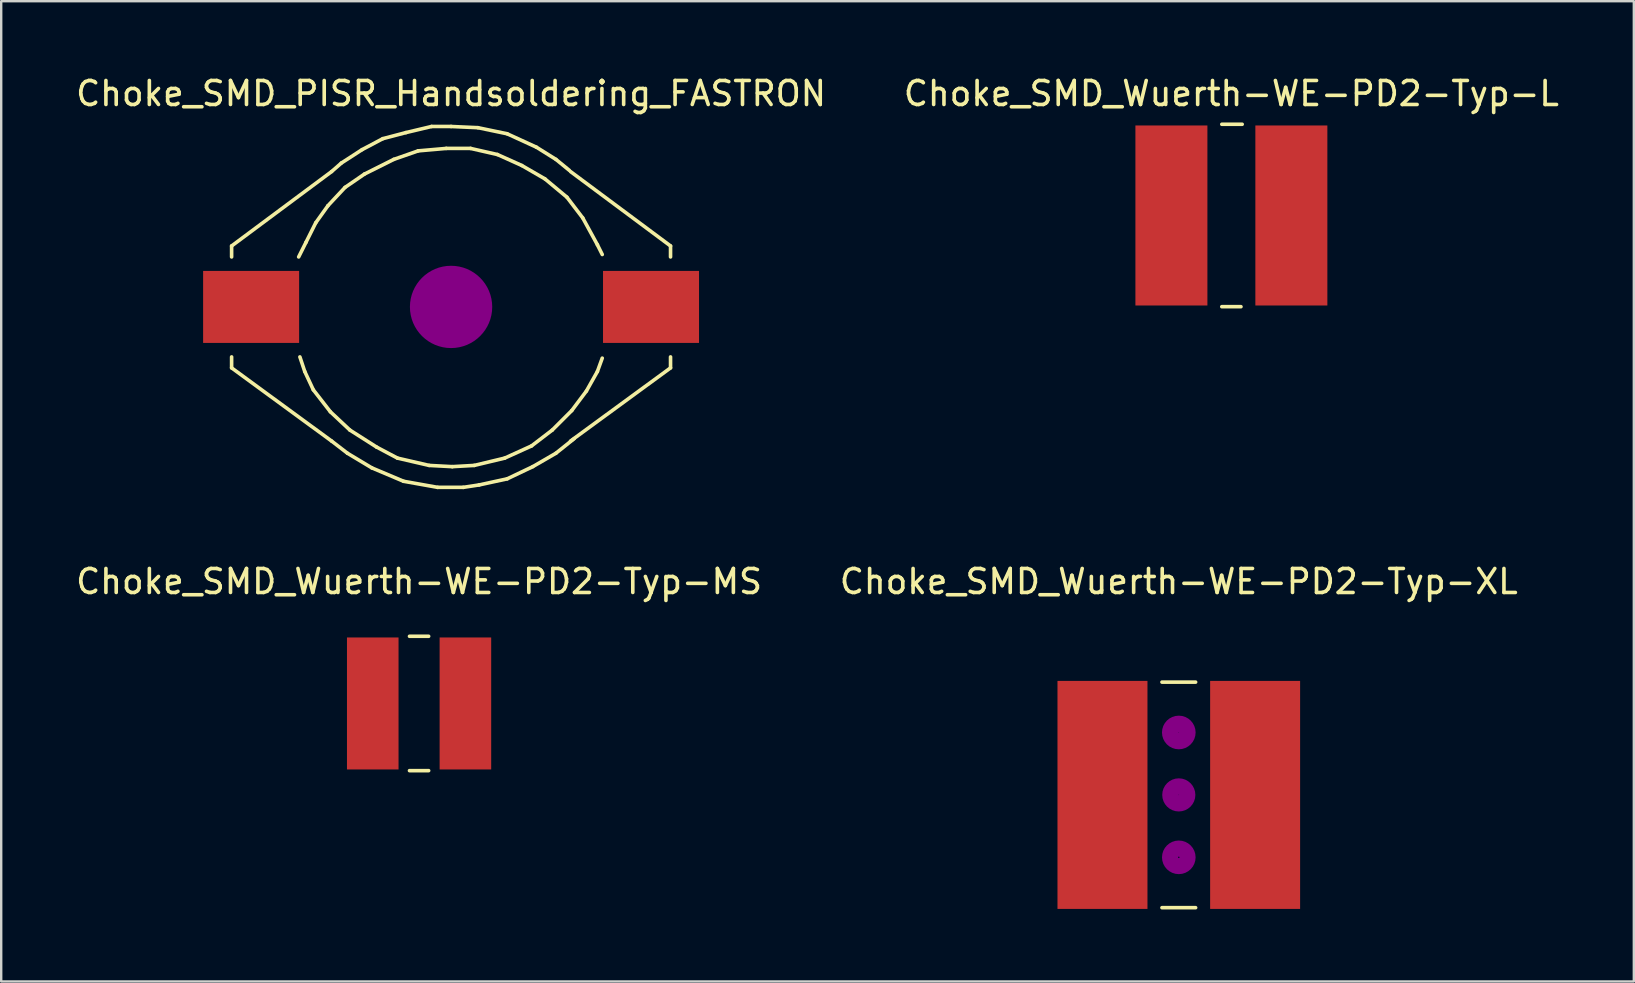
<source format=kicad_pcb>
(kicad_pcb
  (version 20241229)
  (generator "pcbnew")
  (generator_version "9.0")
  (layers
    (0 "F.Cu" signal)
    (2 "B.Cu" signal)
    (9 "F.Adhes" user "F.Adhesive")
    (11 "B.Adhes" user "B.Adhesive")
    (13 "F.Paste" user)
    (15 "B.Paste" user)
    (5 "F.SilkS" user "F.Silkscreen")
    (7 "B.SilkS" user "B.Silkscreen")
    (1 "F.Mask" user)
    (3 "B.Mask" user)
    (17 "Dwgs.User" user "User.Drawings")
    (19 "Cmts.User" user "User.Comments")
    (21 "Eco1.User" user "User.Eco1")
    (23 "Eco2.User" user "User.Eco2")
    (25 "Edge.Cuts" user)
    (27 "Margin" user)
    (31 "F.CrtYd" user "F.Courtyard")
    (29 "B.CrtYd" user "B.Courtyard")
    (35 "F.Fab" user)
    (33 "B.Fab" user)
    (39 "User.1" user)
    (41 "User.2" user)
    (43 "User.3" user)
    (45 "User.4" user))
  (footprint "Choke_SMD_Wuerth-WE-PD2-Typ-MS"
    (layer "F.Cu")
    (at 14.411 26.26)
    (property "Reference" "Choke_SMD_Wuerth-WE-PD2-Typ-MS" (at 0 -5.08 0) (layer "F.SilkS") (effects (font (size 1 1) (thickness 0.15))))
    (attr smd)
    (fp_line (start -0.399 -2.799) (end 0.399 -2.799) (stroke (width 0.15) (type solid)) (layer "F.SilkS"))
    (fp_line (start -0.399 2.799) (end 0.399 2.799) (stroke (width 0.15) (type solid)) (layer "F.SilkS"))
    (pad "1" smd rect (at -1.93 0) (size 2.149 5.499) (layers "F.Cu" "F.Mask" "F.Paste"))
    (pad "2" smd rect (at 1.93 0) (size 2.149 5.499) (layers "F.Cu" "F.Mask" "F.Paste")))
  (footprint "Choke_SMD_PISR_Handsoldering_FASTRON"
    (layer "F.Cu")
    (at 15.744 9.738)
    (property "Reference" "Choke_SMD_PISR_Handsoldering_FASTRON" (at 0 -8.89 0) (layer "F.SilkS") (effects (font (size 1 1) (thickness 0.15))))
    (attr smd)
    (fp_line (start -9.144 -2.54) (end -4.978 -5.639) (stroke (width 0.15) (type solid)) (layer "F.SilkS"))
    (fp_line (start -9.144 -2.083) (end -9.144 -2.54) (stroke (width 0.15) (type solid)) (layer "F.SilkS"))
    (fp_line (start -9.144 2.083) (end -9.144 2.54) (stroke (width 0.15) (type solid)) (layer "F.SilkS"))
    (fp_line (start -9.144 2.54) (end -4.978 5.588) (stroke (width 0.15) (type solid)) (layer "F.SilkS"))
    (fp_line (start -6.35 -2.083) (end -6.045 -2.692) (stroke (width 0.15) (type solid)) (layer "F.SilkS"))
    (fp_line (start -6.299 2.083) (end -6.096 2.692) (stroke (width 0.15) (type solid)) (layer "F.SilkS"))
    (fp_line (start -6.096 2.692) (end -5.74 3.454) (stroke (width 0.15) (type solid)) (layer "F.SilkS"))
    (fp_line (start -6.045 -2.692) (end -5.639 -3.505) (stroke (width 0.15) (type solid)) (layer "F.SilkS"))
    (fp_line (start -5.74 3.454) (end -5.029 4.369) (stroke (width 0.15) (type solid)) (layer "F.SilkS"))
    (fp_line (start -5.639 -3.505) (end -5.131 -4.216) (stroke (width 0.15) (type solid)) (layer "F.SilkS"))
    (fp_line (start -5.131 -4.216) (end -4.42 -4.978) (stroke (width 0.15) (type solid)) (layer "F.SilkS"))
    (fp_line (start -5.029 4.369) (end -4.216 5.131) (stroke (width 0.15) (type solid)) (layer "F.SilkS"))
    (fp_line (start -4.978 -5.639) (end -4.572 -5.994) (stroke (width 0.15) (type solid)) (layer "F.SilkS"))
    (fp_line (start -4.978 5.588) (end -4.318 6.096) (stroke (width 0.15) (type solid)) (layer "F.SilkS"))
    (fp_line (start -4.572 -5.994) (end -3.708 -6.553) (stroke (width 0.15) (type solid)) (layer "F.SilkS"))
    (fp_line (start -4.42 -4.978) (end -3.607 -5.537) (stroke (width 0.15) (type solid)) (layer "F.SilkS"))
    (fp_line (start -4.318 6.096) (end -3.302 6.706) (stroke (width 0.15) (type solid)) (layer "F.SilkS"))
    (fp_line (start -4.216 5.131) (end -3.099 5.842) (stroke (width 0.15) (type solid)) (layer "F.SilkS"))
    (fp_line (start -3.708 -6.553) (end -2.845 -7.01) (stroke (width 0.15) (type solid)) (layer "F.SilkS"))
    (fp_line (start -3.607 -5.537) (end -2.388 -6.147) (stroke (width 0.15) (type solid)) (layer "F.SilkS"))
    (fp_line (start -3.302 6.706) (end -1.981 7.264) (stroke (width 0.15) (type solid)) (layer "F.SilkS"))
    (fp_line (start -3.099 5.842) (end -2.235 6.299) (stroke (width 0.15) (type solid)) (layer "F.SilkS"))
    (fp_line (start -2.845 -7.01) (end -1.88 -7.264) (stroke (width 0.15) (type solid)) (layer "F.SilkS"))
    (fp_line (start -2.388 -6.147) (end -1.372 -6.502) (stroke (width 0.15) (type solid)) (layer "F.SilkS"))
    (fp_line (start -2.235 6.299) (end -0.914 6.604) (stroke (width 0.15) (type solid)) (layer "F.SilkS"))
    (fp_line (start -1.981 7.264) (end -0.559 7.518) (stroke (width 0.15) (type solid)) (layer "F.SilkS"))
    (fp_line (start -1.88 -7.264) (end -0.813 -7.518) (stroke (width 0.15) (type solid)) (layer "F.SilkS"))
    (fp_line (start -1.372 -6.502) (end -0.203 -6.604) (stroke (width 0.15) (type solid)) (layer "F.SilkS"))
    (fp_line (start -0.914 6.604) (end 0.051 6.655) (stroke (width 0.15) (type solid)) (layer "F.SilkS"))
    (fp_line (start -0.813 -7.518) (end 0 -7.518) (stroke (width 0.15) (type solid)) (layer "F.SilkS"))
    (fp_line (start -0.559 7.518) (end 0.508 7.518) (stroke (width 0.15) (type solid)) (layer "F.SilkS"))
    (fp_line (start -0.203 -6.604) (end 0.813 -6.604) (stroke (width 0.15) (type solid)) (layer "F.SilkS"))
    (fp_line (start 0 -7.518) (end 1.118 -7.468) (stroke (width 0.15) (type solid)) (layer "F.SilkS"))
    (fp_line (start 0.051 6.655) (end 0.965 6.604) (stroke (width 0.15) (type solid)) (layer "F.SilkS"))
    (fp_line (start 0.508 7.518) (end 1.168 7.417) (stroke (width 0.15) (type solid)) (layer "F.SilkS"))
    (fp_line (start 0.813 -6.604) (end 1.93 -6.35) (stroke (width 0.15) (type solid)) (layer "F.SilkS"))
    (fp_line (start 0.965 6.604) (end 2.235 6.299) (stroke (width 0.15) (type solid)) (layer "F.SilkS"))
    (fp_line (start 1.118 -7.468) (end 2.337 -7.214) (stroke (width 0.15) (type solid)) (layer "F.SilkS"))
    (fp_line (start 1.168 7.417) (end 2.337 7.163) (stroke (width 0.15) (type solid)) (layer "F.SilkS"))
    (fp_line (start 1.93 -6.35) (end 2.946 -5.893) (stroke (width 0.15) (type solid)) (layer "F.SilkS"))
    (fp_line (start 2.235 6.299) (end 3.353 5.791) (stroke (width 0.15) (type solid)) (layer "F.SilkS"))
    (fp_line (start 2.337 -7.214) (end 3.556 -6.655) (stroke (width 0.15) (type solid)) (layer "F.SilkS"))
    (fp_line (start 2.337 7.163) (end 3.404 6.655) (stroke (width 0.15) (type solid)) (layer "F.SilkS"))
    (fp_line (start 2.946 -5.893) (end 3.912 -5.334) (stroke (width 0.15) (type solid)) (layer "F.SilkS"))
    (fp_line (start 3.353 5.791) (end 4.216 5.131) (stroke (width 0.15) (type solid)) (layer "F.SilkS"))
    (fp_line (start 3.404 6.655) (end 4.369 6.096) (stroke (width 0.15) (type solid)) (layer "F.SilkS"))
    (fp_line (start 3.556 -6.655) (end 4.369 -6.147) (stroke (width 0.15) (type solid)) (layer "F.SilkS"))
    (fp_line (start 3.912 -5.334) (end 4.826 -4.572) (stroke (width 0.15) (type solid)) (layer "F.SilkS"))
    (fp_line (start 4.216 5.131) (end 5.029 4.318) (stroke (width 0.15) (type solid)) (layer "F.SilkS"))
    (fp_line (start 4.369 -6.147) (end 4.928 -5.69) (stroke (width 0.15) (type solid)) (layer "F.SilkS"))
    (fp_line (start 4.369 6.096) (end 5.131 5.486) (stroke (width 0.15) (type solid)) (layer "F.SilkS"))
    (fp_line (start 4.826 -4.572) (end 5.486 -3.708) (stroke (width 0.15) (type solid)) (layer "F.SilkS"))
    (fp_line (start 5.029 4.318) (end 5.639 3.505) (stroke (width 0.15) (type solid)) (layer "F.SilkS"))
    (fp_line (start 5.486 -3.708) (end 6.096 -2.591) (stroke (width 0.15) (type solid)) (layer "F.SilkS"))
    (fp_line (start 5.639 3.505) (end 6.096 2.692) (stroke (width 0.15) (type solid)) (layer "F.SilkS"))
    (fp_line (start 6.096 -2.591) (end 6.299 -2.184) (stroke (width 0.15) (type solid)) (layer "F.SilkS"))
    (fp_line (start 6.096 2.692) (end 6.299 2.134) (stroke (width 0.15) (type solid)) (layer "F.SilkS"))
    (fp_line (start 9.144 -2.54) (end 4.978 -5.639) (stroke (width 0.15) (type solid)) (layer "F.SilkS"))
    (fp_line (start 9.144 -2.083) (end 9.144 -2.54) (stroke (width 0.15) (type solid)) (layer "F.SilkS"))
    (fp_line (start 9.144 2.083) (end 9.144 2.54) (stroke (width 0.15) (type solid)) (layer "F.SilkS"))
    (fp_line (start 9.144 2.54) (end 4.978 5.588) (stroke (width 0.15) (type solid)) (layer "F.SilkS"))
    (fp_line (start 0 -0.254) (end 0 0.254) (stroke (width 0.381) (type solid)) (layer "F.Adhes"))
    (fp_circle (center 0 0) (end 0 0.254) (stroke (width 0.381) (type solid)) (fill no) (layer "F.Adhes"))
    (fp_circle (center 0 0) (end 0 0.508) (stroke (width 0.381) (type solid)) (fill no) (layer "F.Adhes"))
    (fp_circle (center 0 0) (end 0 0.762) (stroke (width 0.381) (type solid)) (fill no) (layer "F.Adhes"))
    (fp_circle (center 0 0) (end 0 1.016) (stroke (width 0.381) (type solid)) (fill no) (layer "F.Adhes"))
    (fp_circle (center 0 0) (end 0 1.27) (stroke (width 0.381) (type solid)) (fill no) (layer "F.Adhes"))
    (fp_circle (center 0 0) (end 0 1.524) (stroke (width 0.381) (type solid)) (fill no) (layer "F.Adhes"))
    (pad "1" smd rect (at 8.331 0) (size 4 3) (layers "F.Cu" "F.Mask" "F.Paste"))
    (pad "2" smd rect (at -8.331 0) (size 4 3) (layers "F.Cu" "F.Mask" "F.Paste")))
  (footprint "Choke_SMD_Wuerth-WE-PD2-Typ-XL"
    (layer "F.Cu")
    (at 46.065 30.07)
    (property "Reference" "Choke_SMD_Wuerth-WE-PD2-Typ-XL" (at 0 -8.89 0) (layer "F.SilkS") (effects (font (size 1 1) (thickness 0.15))))
    (attr smd)
    (fp_line (start -0.701 -4.699) (end 0.701 -4.699) (stroke (width 0.15) (type solid)) (layer "F.SilkS"))
    (fp_line (start -0.701 4.699) (end 0.701 4.699) (stroke (width 0.15) (type solid)) (layer "F.SilkS"))
    (fp_circle (center 0 -2.601) (end 0.201 -2.601) (stroke (width 0.381) (type solid)) (fill no) (layer "F.Adhes"))
    (fp_circle (center 0 -2.601) (end 0.5 -2.499) (stroke (width 0.381) (type solid)) (fill no) (layer "F.Adhes"))
    (fp_circle (center 0 0) (end 0.201 0) (stroke (width 0.381) (type solid)) (fill no) (layer "F.Adhes"))
    (fp_circle (center 0 0) (end 0.5 0) (stroke (width 0.381) (type solid)) (fill no) (layer "F.Adhes"))
    (fp_circle (center 0 2.601) (end 0.099 2.799) (stroke (width 0.381) (type solid)) (fill no) (layer "F.Adhes"))
    (fp_circle (center 0 2.601) (end 0.5 2.7) (stroke (width 0.381) (type solid)) (fill no) (layer "F.Adhes"))
    (pad "1" smd rect (at -3.18 0) (size 3.749 9.5) (layers "F.Cu" "F.Mask" "F.Paste"))
    (pad "2" smd rect (at 3.18 0) (size 3.749 9.5) (layers "F.Cu" "F.Mask" "F.Paste")))
  (footprint "Choke_SMD_Wuerth-WE-PD2-Typ-L"
    (layer "F.Cu")
    (at 48.256 5.928)
    (property "Reference" "Choke_SMD_Wuerth-WE-PD2-Typ-L" (at 0 -5.08 0) (layer "F.SilkS") (effects (font (size 1 1) (thickness 0.15))))
    (attr smd)
    (fp_line (start -0.399 -3.8) (end 0.45 -3.8) (stroke (width 0.15) (type solid)) (layer "F.SilkS"))
    (fp_line (start -0.399 3.8) (end 0.399 3.8) (stroke (width 0.15) (type solid)) (layer "F.SilkS"))
    (pad "1" smd rect (at -2.499 0) (size 3 7.501) (layers "F.Cu" "F.Mask" "F.Paste"))
    (pad "2" smd rect (at 2.499 0) (size 3 7.501) (layers "F.Cu" "F.Mask" "F.Paste")))
  (gr_rect
    (start -3 -3)
    (end 65.024 37.844)
    (stroke (width 0.1) (type default))
    (fill no)
    (layer "Edge.Cuts")))
</source>
